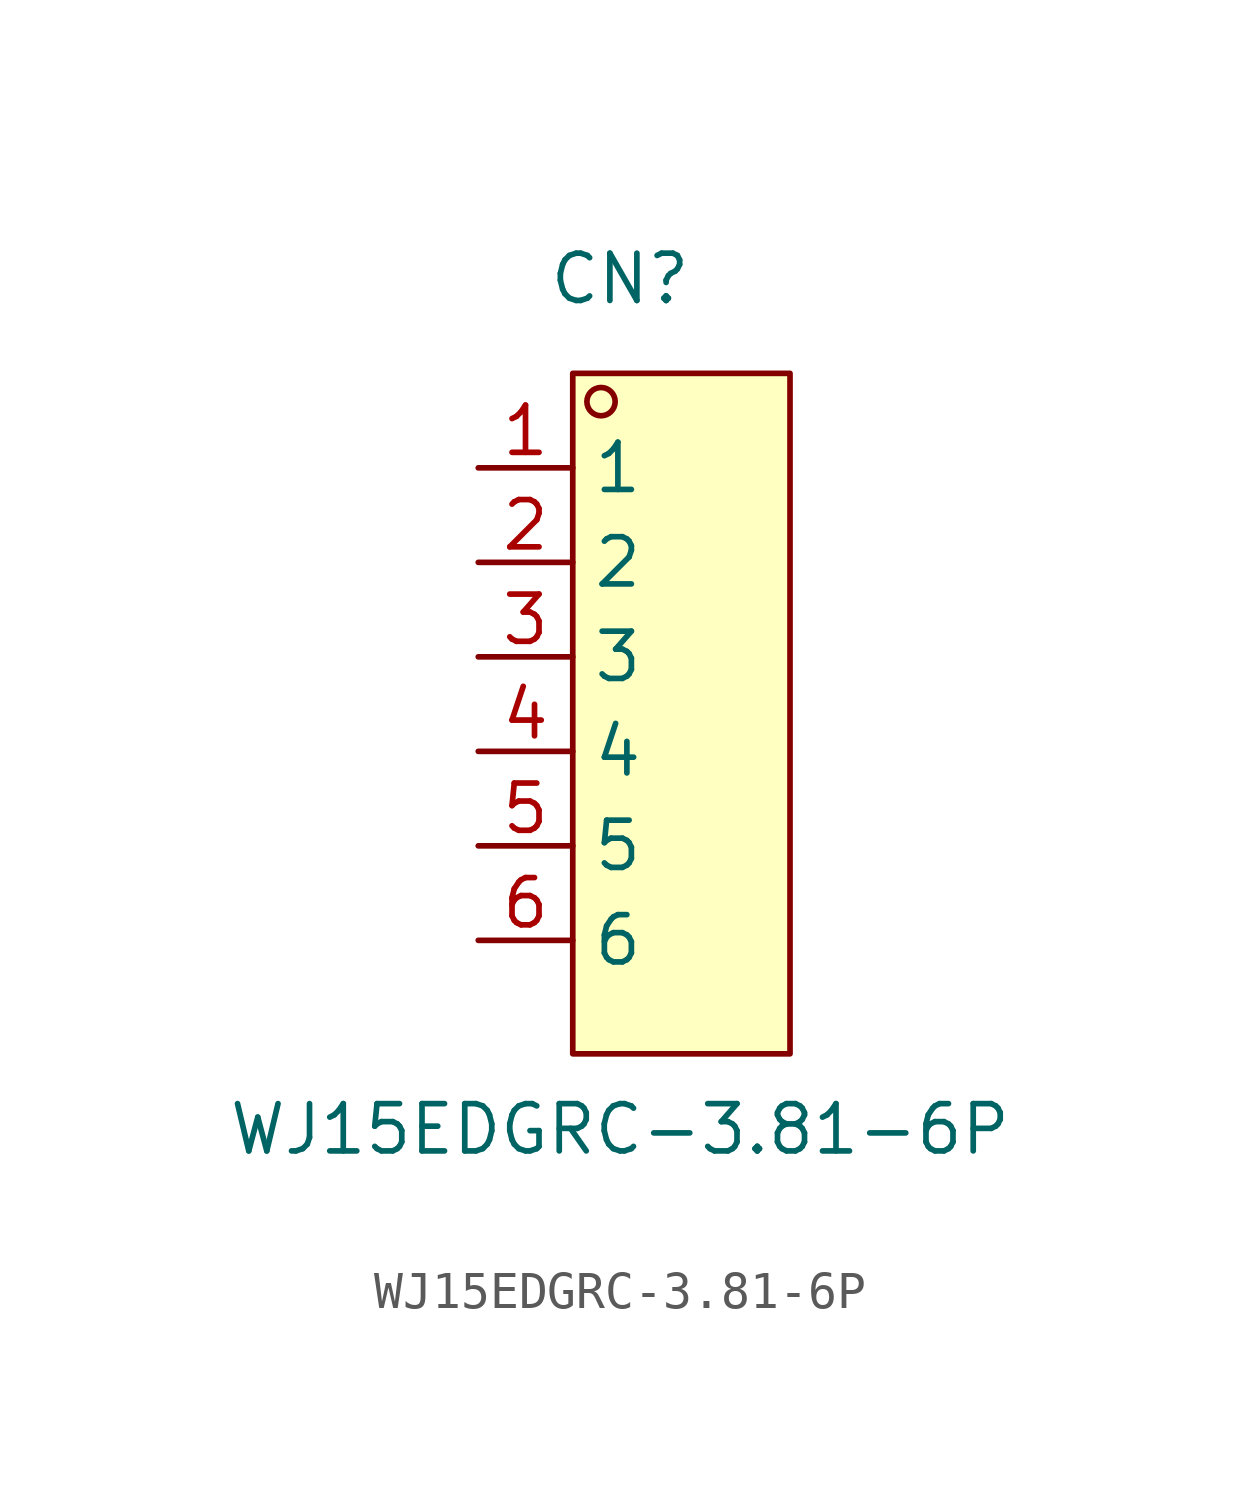
<source format=kicad_sym>
(kicad_symbol_lib
  (version 20211014)
  (generator https://github.com/uPesy/easyeda2kicad.py)
  (symbol "WJ15EDGRC-3.81-6P"
    (property "Reference" "CN"
      (at 0 11.43 0)
      (effects (font (size 1.27 1.27))))
    (property "Value" "WJ15EDGRC-3.81-6P"
      (at 0 -11.43 0)
      (effects (font (size 1.27 1.27))))
    (symbol "WJ15EDGRC-3.81-6P_0_1"
      (rectangle (start -1.27 8.89) (end 4.57 -9.40) (stroke (width 0) (type default) (color 0 0 0 0)) (fill (type background)))
      (circle (center -0.51 8.13) (radius 0.38) (stroke (width 0) (type default) (color 0 0 0 0)) (fill (type none)))
      (pin unspecified line (at -3.81 6.35 0) (length 2.54) (name "1" (effects (font (size 1.27 1.27)))) (number "1" (effects (font (size 1.27 1.27)))))
      (pin unspecified line (at -3.81 3.81 0) (length 2.54) (name "2" (effects (font (size 1.27 1.27)))) (number "2" (effects (font (size 1.27 1.27)))))
      (pin unspecified line (at -3.81 1.27 0) (length 2.54) (name "3" (effects (font (size 1.27 1.27)))) (number "3" (effects (font (size 1.27 1.27)))))
      (pin unspecified line (at -3.81 -1.27 0) (length 2.54) (name "4" (effects (font (size 1.27 1.27)))) (number "4" (effects (font (size 1.27 1.27)))))
      (pin unspecified line (at -3.81 -3.81 0) (length 2.54) (name "5" (effects (font (size 1.27 1.27)))) (number "5" (effects (font (size 1.27 1.27)))))
      (pin unspecified line (at -3.81 -6.35 0) (length 2.54) (name "6" (effects (font (size 1.27 1.27)))) (number "6" (effects (font (size 1.27 1.27))))))))
</source>
